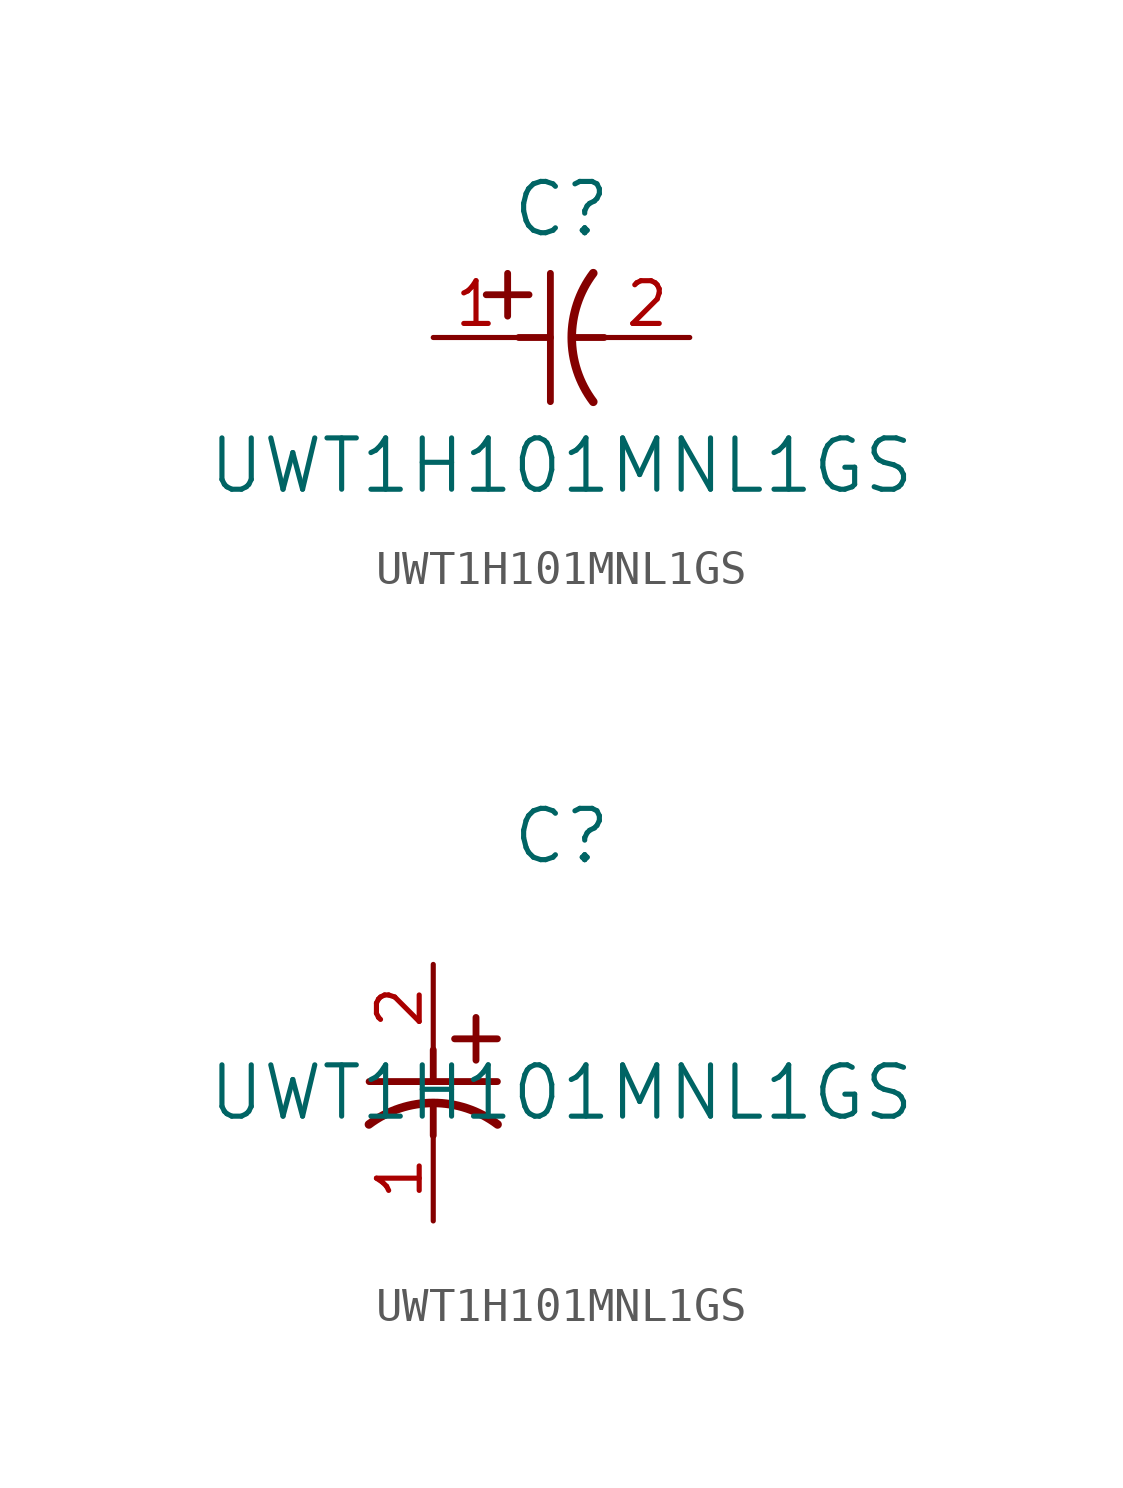
<source format=kicad_sym>
(kicad_symbol_lib
  (version 20211014)
  (generator kicad_symbol_editor)
  (symbol "UWT1H101MNL1GS"
    (pin_names
      (offset 0.254))
    (property "Reference" "C"
      (at 3.81 3.81 0)
      (effects (font (size 1.524 1.524))))
    (property "Value" "UWT1H101MNL1GS"
      (at 3.81 -3.81 0)
      (effects (font (size 1.524 1.524))))
    (symbol "UWT1H101MNL1GS_1_1"
      (polyline (pts (xy 2.21 0.635) (xy 2.21 1.905)) (stroke (width 0.203) (type default) (color 0 0 0 0)) (fill (type none)))
      (arc (start 4.754132 1.910763) (mid 4.1148 0) (end 4.754132 -1.910763) (stroke (width 0.254) (type default) (color 0 0 0 0)) (fill (type none)))
      (polyline (pts (xy 4.115 0) (xy 5.08 0)) (stroke (width 0.203) (type default) (color 0 0 0 0)) (fill (type none)))
      (polyline (pts (xy 3.48 -1.905) (xy 3.48 1.905)) (stroke (width 0.203) (type default) (color 0 0 0 0)) (fill (type none)))
      (polyline (pts (xy 1.575 1.27) (xy 2.845 1.27)) (stroke (width 0.203) (type default) (color 0 0 0 0)) (fill (type none)))
      (polyline (pts (xy 2.54 0) (xy 3.48 0)) (stroke (width 0.203) (type default) (color 0 0 0 0)) (fill (type none)))
      (pin unspecified line (at 0 0 0) (length 2.54) (name "" (effects (font (size 1.27 1.27)))) (number "1" (effects (font (size 1.27 1.27)))))
      (pin unspecified line (at 7.62 0 180) (length 2.54) (name "" (effects (font (size 1.27 1.27)))) (number "2" (effects (font (size 1.27 1.27))))))
    (symbol "UWT1H101MNL1GS_1_2"
      (polyline (pts (xy 0 -2.54) (xy 0 -3.48)) (stroke (width 0.203) (type default) (color 0 0 0 0)) (fill (type none)))
      (arc (start 1.910763 -4.754132) (mid 0 -4.1148) (end -1.910763 -4.754132) (stroke (width 0.254) (type default) (color 0 0 0 0)) (fill (type none)))
      (polyline (pts (xy -1.905 -3.48) (xy 1.905 -3.48)) (stroke (width 0.203) (type default) (color 0 0 0 0)) (fill (type none)))
      (polyline (pts (xy 0.635 -2.21) (xy 1.905 -2.21)) (stroke (width 0.203) (type default) (color 0 0 0 0)) (fill (type none)))
      (polyline (pts (xy 1.27 -1.575) (xy 1.27 -2.845)) (stroke (width 0.203) (type default) (color 0 0 0 0)) (fill (type none)))
      (polyline (pts (xy 0 -4.115) (xy 0 -5.08)) (stroke (width 0.203) (type default) (color 0 0 0 0)) (fill (type none)))
      (pin unspecified line (at 0 -7.62 90) (length 2.54) (name "" (effects (font (size 1.27 1.27)))) (number "1" (effects (font (size 1.27 1.27)))))
      (pin unspecified line (at 0 0 270) (length 2.54) (name "" (effects (font (size 1.27 1.27)))) (number "2" (effects (font (size 1.27 1.27))))))))
</source>
